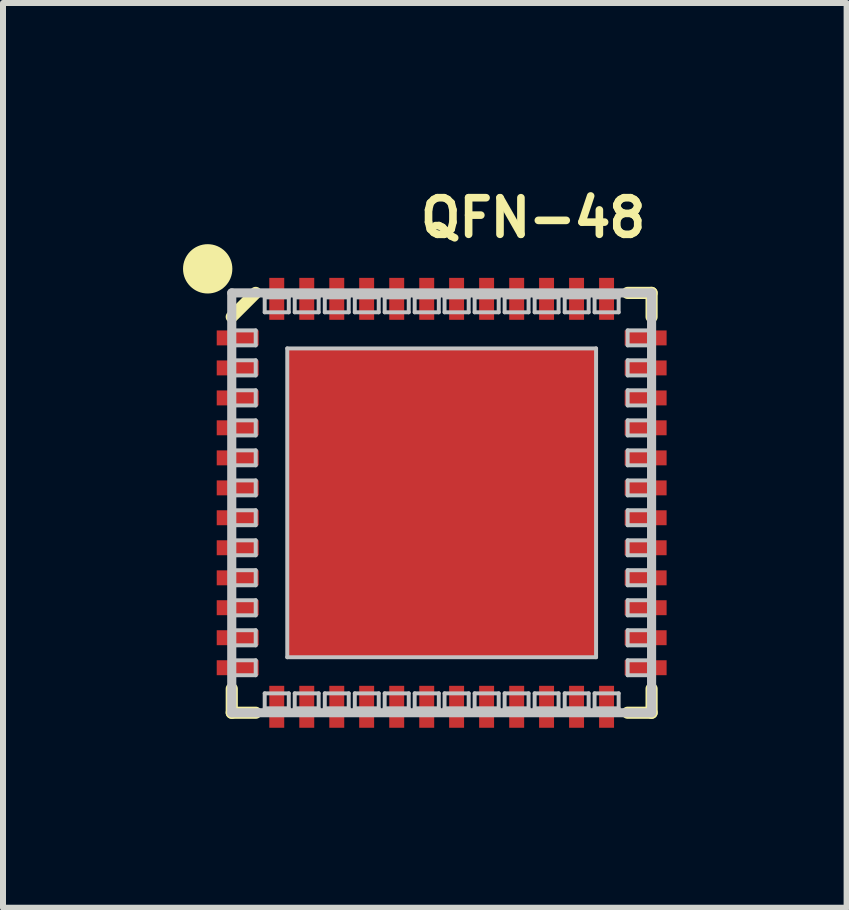
<source format=kicad_pcb>
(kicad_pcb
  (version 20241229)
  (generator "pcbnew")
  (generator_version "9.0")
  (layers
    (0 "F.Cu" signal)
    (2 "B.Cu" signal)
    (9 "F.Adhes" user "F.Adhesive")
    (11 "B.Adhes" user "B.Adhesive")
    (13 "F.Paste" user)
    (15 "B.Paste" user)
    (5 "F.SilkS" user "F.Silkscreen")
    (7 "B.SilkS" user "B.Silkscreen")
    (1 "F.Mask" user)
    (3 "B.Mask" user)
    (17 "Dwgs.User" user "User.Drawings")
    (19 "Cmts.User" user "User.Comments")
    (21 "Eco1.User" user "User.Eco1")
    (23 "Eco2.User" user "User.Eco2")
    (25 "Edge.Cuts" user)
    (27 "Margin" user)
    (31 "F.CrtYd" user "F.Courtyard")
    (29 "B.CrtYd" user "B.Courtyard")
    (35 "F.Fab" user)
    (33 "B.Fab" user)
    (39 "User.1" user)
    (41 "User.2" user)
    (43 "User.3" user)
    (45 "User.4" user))
  (footprint "QFN-48"
    (layer "F.Cu")
    (at 4.31 5.329)
    (property "Reference" "QFN-48" (at 1.524 -4.75 0) (layer "F.SilkS") (effects (font (size 0.61 0.61) (thickness 0.127))))
    (attr smd)
    (fp_line (start -3.498 -3.099) (end -3.099 -3.498) (stroke (width 0.203) (type solid)) (layer "F.SilkS"))
    (fp_line (start -3.498 3.498) (end -3.498 3.099) (stroke (width 0.203) (type solid)) (layer "F.SilkS"))
    (fp_line (start -3.099 3.498) (end -3.498 3.498) (stroke (width 0.203) (type solid)) (layer "F.SilkS"))
    (fp_line (start 3.099 -3.498) (end 3.498 -3.498) (stroke (width 0.203) (type solid)) (layer "F.SilkS"))
    (fp_line (start 3.498 -3.498) (end 3.498 -3.099) (stroke (width 0.203) (type solid)) (layer "F.SilkS"))
    (fp_line (start 3.498 3.099) (end 3.498 3.498) (stroke (width 0.203) (type solid)) (layer "F.SilkS"))
    (fp_line (start 3.498 3.498) (end 3.099 3.498) (stroke (width 0.203) (type solid)) (layer "F.SilkS"))
    (fp_circle (center -3.899 -3.899) (end -3.899 -4.31) (stroke (width 0) (type solid)) (fill yes) (layer "F.SilkS"))
    (fp_line (start -3.498 -3.498) (end -3.498 3.498) (stroke (width 0.152) (type solid)) (layer "Dwgs.User"))
    (fp_line (start -3.498 -2.873) (end -3.099 -2.873) (stroke (width 0.066) (type solid)) (layer "Dwgs.User"))
    (fp_line (start -3.498 -2.624) (end -3.498 -2.873) (stroke (width 0.066) (type solid)) (layer "Dwgs.User"))
    (fp_line (start -3.498 -2.624) (end -3.099 -2.624) (stroke (width 0.066) (type solid)) (layer "Dwgs.User"))
    (fp_line (start -3.498 -2.375) (end -3.099 -2.375) (stroke (width 0.066) (type solid)) (layer "Dwgs.User"))
    (fp_line (start -3.498 -2.123) (end -3.498 -2.375) (stroke (width 0.066) (type solid)) (layer "Dwgs.User"))
    (fp_line (start -3.498 -2.123) (end -3.099 -2.123) (stroke (width 0.066) (type solid)) (layer "Dwgs.User"))
    (fp_line (start -3.498 -1.875) (end -3.099 -1.875) (stroke (width 0.066) (type solid)) (layer "Dwgs.User"))
    (fp_line (start -3.498 -1.623) (end -3.498 -1.875) (stroke (width 0.066) (type solid)) (layer "Dwgs.User"))
    (fp_line (start -3.498 -1.623) (end -3.099 -1.623) (stroke (width 0.066) (type solid)) (layer "Dwgs.User"))
    (fp_line (start -3.498 -1.374) (end -3.099 -1.374) (stroke (width 0.066) (type solid)) (layer "Dwgs.User"))
    (fp_line (start -3.498 -1.123) (end -3.498 -1.374) (stroke (width 0.066) (type solid)) (layer "Dwgs.User"))
    (fp_line (start -3.498 -1.123) (end -3.099 -1.123) (stroke (width 0.066) (type solid)) (layer "Dwgs.User"))
    (fp_line (start -3.498 -0.874) (end -3.099 -0.874) (stroke (width 0.066) (type solid)) (layer "Dwgs.User"))
    (fp_line (start -3.498 -0.625) (end -3.498 -0.874) (stroke (width 0.066) (type solid)) (layer "Dwgs.User"))
    (fp_line (start -3.498 -0.625) (end -3.099 -0.625) (stroke (width 0.066) (type solid)) (layer "Dwgs.User"))
    (fp_line (start -3.498 -0.373) (end -3.099 -0.373) (stroke (width 0.066) (type solid)) (layer "Dwgs.User"))
    (fp_line (start -3.498 -0.124) (end -3.498 -0.373) (stroke (width 0.066) (type solid)) (layer "Dwgs.User"))
    (fp_line (start -3.498 -0.124) (end -3.099 -0.124) (stroke (width 0.066) (type solid)) (layer "Dwgs.User"))
    (fp_line (start -3.498 0.124) (end -3.099 0.124) (stroke (width 0.066) (type solid)) (layer "Dwgs.User"))
    (fp_line (start -3.498 0.373) (end -3.498 0.124) (stroke (width 0.066) (type solid)) (layer "Dwgs.User"))
    (fp_line (start -3.498 0.373) (end -3.099 0.373) (stroke (width 0.066) (type solid)) (layer "Dwgs.User"))
    (fp_line (start -3.498 0.625) (end -3.099 0.625) (stroke (width 0.066) (type solid)) (layer "Dwgs.User"))
    (fp_line (start -3.498 0.874) (end -3.498 0.625) (stroke (width 0.066) (type solid)) (layer "Dwgs.User"))
    (fp_line (start -3.498 0.874) (end -3.099 0.874) (stroke (width 0.066) (type solid)) (layer "Dwgs.User"))
    (fp_line (start -3.498 1.123) (end -3.099 1.123) (stroke (width 0.066) (type solid)) (layer "Dwgs.User"))
    (fp_line (start -3.498 1.374) (end -3.498 1.123) (stroke (width 0.066) (type solid)) (layer "Dwgs.User"))
    (fp_line (start -3.498 1.374) (end -3.099 1.374) (stroke (width 0.066) (type solid)) (layer "Dwgs.User"))
    (fp_line (start -3.498 1.623) (end -3.099 1.623) (stroke (width 0.066) (type solid)) (layer "Dwgs.User"))
    (fp_line (start -3.498 1.875) (end -3.498 1.623) (stroke (width 0.066) (type solid)) (layer "Dwgs.User"))
    (fp_line (start -3.498 1.875) (end -3.099 1.875) (stroke (width 0.066) (type solid)) (layer "Dwgs.User"))
    (fp_line (start -3.498 2.123) (end -3.099 2.123) (stroke (width 0.066) (type solid)) (layer "Dwgs.User"))
    (fp_line (start -3.498 2.375) (end -3.498 2.123) (stroke (width 0.066) (type solid)) (layer "Dwgs.User"))
    (fp_line (start -3.498 2.375) (end -3.099 2.375) (stroke (width 0.066) (type solid)) (layer "Dwgs.User"))
    (fp_line (start -3.498 2.624) (end -3.099 2.624) (stroke (width 0.066) (type solid)) (layer "Dwgs.User"))
    (fp_line (start -3.498 2.873) (end -3.498 2.624) (stroke (width 0.066) (type solid)) (layer "Dwgs.User"))
    (fp_line (start -3.498 2.873) (end -3.099 2.873) (stroke (width 0.066) (type solid)) (layer "Dwgs.User"))
    (fp_line (start -3.498 3.498) (end 3.498 3.498) (stroke (width 0.152) (type solid)) (layer "Dwgs.User"))
    (fp_line (start -3.099 -2.624) (end -3.099 -2.873) (stroke (width 0.066) (type solid)) (layer "Dwgs.User"))
    (fp_line (start -3.099 -2.123) (end -3.099 -2.375) (stroke (width 0.066) (type solid)) (layer "Dwgs.User"))
    (fp_line (start -3.099 -1.623) (end -3.099 -1.875) (stroke (width 0.066) (type solid)) (layer "Dwgs.User"))
    (fp_line (start -3.099 -1.123) (end -3.099 -1.374) (stroke (width 0.066) (type solid)) (layer "Dwgs.User"))
    (fp_line (start -3.099 -0.625) (end -3.099 -0.874) (stroke (width 0.066) (type solid)) (layer "Dwgs.User"))
    (fp_line (start -3.099 -0.124) (end -3.099 -0.373) (stroke (width 0.066) (type solid)) (layer "Dwgs.User"))
    (fp_line (start -3.099 0.373) (end -3.099 0.124) (stroke (width 0.066) (type solid)) (layer "Dwgs.User"))
    (fp_line (start -3.099 0.874) (end -3.099 0.625) (stroke (width 0.066) (type solid)) (layer "Dwgs.User"))
    (fp_line (start -3.099 1.374) (end -3.099 1.123) (stroke (width 0.066) (type solid)) (layer "Dwgs.User"))
    (fp_line (start -3.099 1.875) (end -3.099 1.623) (stroke (width 0.066) (type solid)) (layer "Dwgs.User"))
    (fp_line (start -3.099 2.375) (end -3.099 2.123) (stroke (width 0.066) (type solid)) (layer "Dwgs.User"))
    (fp_line (start -3.099 2.873) (end -3.099 2.624) (stroke (width 0.066) (type solid)) (layer "Dwgs.User"))
    (fp_line (start -2.949 -3.424) (end -2.548 -3.424) (stroke (width 0.066) (type solid)) (layer "Dwgs.User"))
    (fp_line (start -2.949 -3.175) (end -2.949 -3.424) (stroke (width 0.066) (type solid)) (layer "Dwgs.User"))
    (fp_line (start -2.949 -3.175) (end -2.548 -3.175) (stroke (width 0.066) (type solid)) (layer "Dwgs.User"))
    (fp_line (start -2.949 3.175) (end -2.548 3.175) (stroke (width 0.066) (type solid)) (layer "Dwgs.User"))
    (fp_line (start -2.949 3.424) (end -2.949 3.175) (stroke (width 0.066) (type solid)) (layer "Dwgs.User"))
    (fp_line (start -2.949 3.424) (end -2.548 3.424) (stroke (width 0.066) (type solid)) (layer "Dwgs.User"))
    (fp_line (start -2.573 -2.573) (end 2.573 -2.573) (stroke (width 0.066) (type solid)) (layer "Dwgs.User"))
    (fp_line (start -2.573 2.573) (end -2.573 -2.573) (stroke (width 0.066) (type solid)) (layer "Dwgs.User"))
    (fp_line (start -2.573 2.573) (end 2.573 2.573) (stroke (width 0.066) (type solid)) (layer "Dwgs.User"))
    (fp_line (start -2.548 -3.175) (end -2.548 -3.424) (stroke (width 0.066) (type solid)) (layer "Dwgs.User"))
    (fp_line (start -2.548 3.424) (end -2.548 3.175) (stroke (width 0.066) (type solid)) (layer "Dwgs.User"))
    (fp_line (start -2.449 -3.424) (end -2.05 -3.424) (stroke (width 0.066) (type solid)) (layer "Dwgs.User"))
    (fp_line (start -2.449 -3.175) (end -2.449 -3.424) (stroke (width 0.066) (type solid)) (layer "Dwgs.User"))
    (fp_line (start -2.449 -3.175) (end -2.05 -3.175) (stroke (width 0.066) (type solid)) (layer "Dwgs.User"))
    (fp_line (start -2.449 3.175) (end -2.05 3.175) (stroke (width 0.066) (type solid)) (layer "Dwgs.User"))
    (fp_line (start -2.449 3.424) (end -2.449 3.175) (stroke (width 0.066) (type solid)) (layer "Dwgs.User"))
    (fp_line (start -2.449 3.424) (end -2.05 3.424) (stroke (width 0.066) (type solid)) (layer "Dwgs.User"))
    (fp_line (start -2.05 -3.175) (end -2.05 -3.424) (stroke (width 0.066) (type solid)) (layer "Dwgs.User"))
    (fp_line (start -2.05 3.424) (end -2.05 3.175) (stroke (width 0.066) (type solid)) (layer "Dwgs.User"))
    (fp_line (start -1.948 -3.424) (end -1.549 -3.424) (stroke (width 0.066) (type solid)) (layer "Dwgs.User"))
    (fp_line (start -1.948 -3.175) (end -1.948 -3.424) (stroke (width 0.066) (type solid)) (layer "Dwgs.User"))
    (fp_line (start -1.948 -3.175) (end -1.549 -3.175) (stroke (width 0.066) (type solid)) (layer "Dwgs.User"))
    (fp_line (start -1.948 3.175) (end -1.549 3.175) (stroke (width 0.066) (type solid)) (layer "Dwgs.User"))
    (fp_line (start -1.948 3.424) (end -1.948 3.175) (stroke (width 0.066) (type solid)) (layer "Dwgs.User"))
    (fp_line (start -1.948 3.424) (end -1.549 3.424) (stroke (width 0.066) (type solid)) (layer "Dwgs.User"))
    (fp_line (start -1.549 -3.175) (end -1.549 -3.424) (stroke (width 0.066) (type solid)) (layer "Dwgs.User"))
    (fp_line (start -1.549 3.424) (end -1.549 3.175) (stroke (width 0.066) (type solid)) (layer "Dwgs.User"))
    (fp_line (start -1.448 -3.424) (end -1.049 -3.424) (stroke (width 0.066) (type solid)) (layer "Dwgs.User"))
    (fp_line (start -1.448 -3.175) (end -1.448 -3.424) (stroke (width 0.066) (type solid)) (layer "Dwgs.User"))
    (fp_line (start -1.448 -3.175) (end -1.049 -3.175) (stroke (width 0.066) (type solid)) (layer "Dwgs.User"))
    (fp_line (start -1.448 3.175) (end -1.049 3.175) (stroke (width 0.066) (type solid)) (layer "Dwgs.User"))
    (fp_line (start -1.448 3.424) (end -1.448 3.175) (stroke (width 0.066) (type solid)) (layer "Dwgs.User"))
    (fp_line (start -1.448 3.424) (end -1.049 3.424) (stroke (width 0.066) (type solid)) (layer "Dwgs.User"))
    (fp_line (start -1.049 -3.175) (end -1.049 -3.424) (stroke (width 0.066) (type solid)) (layer "Dwgs.User"))
    (fp_line (start -1.049 3.424) (end -1.049 3.175) (stroke (width 0.066) (type solid)) (layer "Dwgs.User"))
    (fp_line (start -0.95 -3.424) (end -0.549 -3.424) (stroke (width 0.066) (type solid)) (layer "Dwgs.User"))
    (fp_line (start -0.95 -3.175) (end -0.95 -3.424) (stroke (width 0.066) (type solid)) (layer "Dwgs.User"))
    (fp_line (start -0.95 -3.175) (end -0.549 -3.175) (stroke (width 0.066) (type solid)) (layer "Dwgs.User"))
    (fp_line (start -0.95 3.175) (end -0.549 3.175) (stroke (width 0.066) (type solid)) (layer "Dwgs.User"))
    (fp_line (start -0.95 3.424) (end -0.95 3.175) (stroke (width 0.066) (type solid)) (layer "Dwgs.User"))
    (fp_line (start -0.95 3.424) (end -0.549 3.424) (stroke (width 0.066) (type solid)) (layer "Dwgs.User"))
    (fp_line (start -0.549 -3.175) (end -0.549 -3.424) (stroke (width 0.066) (type solid)) (layer "Dwgs.User"))
    (fp_line (start -0.549 3.424) (end -0.549 3.175) (stroke (width 0.066) (type solid)) (layer "Dwgs.User"))
    (fp_line (start -0.45 -3.424) (end -0.048 -3.424) (stroke (width 0.066) (type solid)) (layer "Dwgs.User"))
    (fp_line (start -0.45 -3.175) (end -0.45 -3.424) (stroke (width 0.066) (type solid)) (layer "Dwgs.User"))
    (fp_line (start -0.45 -3.175) (end -0.048 -3.175) (stroke (width 0.066) (type solid)) (layer "Dwgs.User"))
    (fp_line (start -0.45 3.175) (end -0.048 3.175) (stroke (width 0.066) (type solid)) (layer "Dwgs.User"))
    (fp_line (start -0.45 3.424) (end -0.45 3.175) (stroke (width 0.066) (type solid)) (layer "Dwgs.User"))
    (fp_line (start -0.45 3.424) (end -0.048 3.424) (stroke (width 0.066) (type solid)) (layer "Dwgs.User"))
    (fp_line (start -0.048 -3.175) (end -0.048 -3.424) (stroke (width 0.066) (type solid)) (layer "Dwgs.User"))
    (fp_line (start -0.048 3.424) (end -0.048 3.175) (stroke (width 0.066) (type solid)) (layer "Dwgs.User"))
    (fp_line (start 0.048 -3.424) (end 0.45 -3.424) (stroke (width 0.066) (type solid)) (layer "Dwgs.User"))
    (fp_line (start 0.048 -3.175) (end 0.048 -3.424) (stroke (width 0.066) (type solid)) (layer "Dwgs.User"))
    (fp_line (start 0.048 -3.175) (end 0.45 -3.175) (stroke (width 0.066) (type solid)) (layer "Dwgs.User"))
    (fp_line (start 0.048 3.175) (end 0.45 3.175) (stroke (width 0.066) (type solid)) (layer "Dwgs.User"))
    (fp_line (start 0.048 3.424) (end 0.048 3.175) (stroke (width 0.066) (type solid)) (layer "Dwgs.User"))
    (fp_line (start 0.048 3.424) (end 0.45 3.424) (stroke (width 0.066) (type solid)) (layer "Dwgs.User"))
    (fp_line (start 0.45 -3.175) (end 0.45 -3.424) (stroke (width 0.066) (type solid)) (layer "Dwgs.User"))
    (fp_line (start 0.45 3.424) (end 0.45 3.175) (stroke (width 0.066) (type solid)) (layer "Dwgs.User"))
    (fp_line (start 0.549 -3.424) (end 0.95 -3.424) (stroke (width 0.066) (type solid)) (layer "Dwgs.User"))
    (fp_line (start 0.549 -3.175) (end 0.549 -3.424) (stroke (width 0.066) (type solid)) (layer "Dwgs.User"))
    (fp_line (start 0.549 -3.175) (end 0.95 -3.175) (stroke (width 0.066) (type solid)) (layer "Dwgs.User"))
    (fp_line (start 0.549 3.175) (end 0.95 3.175) (stroke (width 0.066) (type solid)) (layer "Dwgs.User"))
    (fp_line (start 0.549 3.424) (end 0.549 3.175) (stroke (width 0.066) (type solid)) (layer "Dwgs.User"))
    (fp_line (start 0.549 3.424) (end 0.95 3.424) (stroke (width 0.066) (type solid)) (layer "Dwgs.User"))
    (fp_line (start 0.95 -3.175) (end 0.95 -3.424) (stroke (width 0.066) (type solid)) (layer "Dwgs.User"))
    (fp_line (start 0.95 3.424) (end 0.95 3.175) (stroke (width 0.066) (type solid)) (layer "Dwgs.User"))
    (fp_line (start 1.049 -3.424) (end 1.448 -3.424) (stroke (width 0.066) (type solid)) (layer "Dwgs.User"))
    (fp_line (start 1.049 -3.175) (end 1.049 -3.424) (stroke (width 0.066) (type solid)) (layer "Dwgs.User"))
    (fp_line (start 1.049 -3.175) (end 1.448 -3.175) (stroke (width 0.066) (type solid)) (layer "Dwgs.User"))
    (fp_line (start 1.049 3.175) (end 1.448 3.175) (stroke (width 0.066) (type solid)) (layer "Dwgs.User"))
    (fp_line (start 1.049 3.424) (end 1.049 3.175) (stroke (width 0.066) (type solid)) (layer "Dwgs.User"))
    (fp_line (start 1.049 3.424) (end 1.448 3.424) (stroke (width 0.066) (type solid)) (layer "Dwgs.User"))
    (fp_line (start 1.448 -3.175) (end 1.448 -3.424) (stroke (width 0.066) (type solid)) (layer "Dwgs.User"))
    (fp_line (start 1.448 3.424) (end 1.448 3.175) (stroke (width 0.066) (type solid)) (layer "Dwgs.User"))
    (fp_line (start 1.549 -3.424) (end 1.948 -3.424) (stroke (width 0.066) (type solid)) (layer "Dwgs.User"))
    (fp_line (start 1.549 -3.175) (end 1.549 -3.424) (stroke (width 0.066) (type solid)) (layer "Dwgs.User"))
    (fp_line (start 1.549 -3.175) (end 1.948 -3.175) (stroke (width 0.066) (type solid)) (layer "Dwgs.User"))
    (fp_line (start 1.549 3.175) (end 1.948 3.175) (stroke (width 0.066) (type solid)) (layer "Dwgs.User"))
    (fp_line (start 1.549 3.424) (end 1.549 3.175) (stroke (width 0.066) (type solid)) (layer "Dwgs.User"))
    (fp_line (start 1.549 3.424) (end 1.948 3.424) (stroke (width 0.066) (type solid)) (layer "Dwgs.User"))
    (fp_line (start 1.948 -3.175) (end 1.948 -3.424) (stroke (width 0.066) (type solid)) (layer "Dwgs.User"))
    (fp_line (start 1.948 3.424) (end 1.948 3.175) (stroke (width 0.066) (type solid)) (layer "Dwgs.User"))
    (fp_line (start 2.05 -3.424) (end 2.449 -3.424) (stroke (width 0.066) (type solid)) (layer "Dwgs.User"))
    (fp_line (start 2.05 -3.175) (end 2.05 -3.424) (stroke (width 0.066) (type solid)) (layer "Dwgs.User"))
    (fp_line (start 2.05 -3.175) (end 2.449 -3.175) (stroke (width 0.066) (type solid)) (layer "Dwgs.User"))
    (fp_line (start 2.05 3.175) (end 2.449 3.175) (stroke (width 0.066) (type solid)) (layer "Dwgs.User"))
    (fp_line (start 2.05 3.424) (end 2.05 3.175) (stroke (width 0.066) (type solid)) (layer "Dwgs.User"))
    (fp_line (start 2.05 3.424) (end 2.449 3.424) (stroke (width 0.066) (type solid)) (layer "Dwgs.User"))
    (fp_line (start 2.449 -3.175) (end 2.449 -3.424) (stroke (width 0.066) (type solid)) (layer "Dwgs.User"))
    (fp_line (start 2.449 3.424) (end 2.449 3.175) (stroke (width 0.066) (type solid)) (layer "Dwgs.User"))
    (fp_line (start 2.548 -3.424) (end 2.949 -3.424) (stroke (width 0.066) (type solid)) (layer "Dwgs.User"))
    (fp_line (start 2.548 -3.175) (end 2.548 -3.424) (stroke (width 0.066) (type solid)) (layer "Dwgs.User"))
    (fp_line (start 2.548 -3.175) (end 2.949 -3.175) (stroke (width 0.066) (type solid)) (layer "Dwgs.User"))
    (fp_line (start 2.548 3.175) (end 2.949 3.175) (stroke (width 0.066) (type solid)) (layer "Dwgs.User"))
    (fp_line (start 2.548 3.424) (end 2.548 3.175) (stroke (width 0.066) (type solid)) (layer "Dwgs.User"))
    (fp_line (start 2.548 3.424) (end 2.949 3.424) (stroke (width 0.066) (type solid)) (layer "Dwgs.User"))
    (fp_line (start 2.573 2.573) (end 2.573 -2.573) (stroke (width 0.066) (type solid)) (layer "Dwgs.User"))
    (fp_line (start 2.949 -3.175) (end 2.949 -3.424) (stroke (width 0.066) (type solid)) (layer "Dwgs.User"))
    (fp_line (start 2.949 3.424) (end 2.949 3.175) (stroke (width 0.066) (type solid)) (layer "Dwgs.User"))
    (fp_line (start 3.099 -2.873) (end 3.498 -2.873) (stroke (width 0.066) (type solid)) (layer "Dwgs.User"))
    (fp_line (start 3.099 -2.624) (end 3.099 -2.873) (stroke (width 0.066) (type solid)) (layer "Dwgs.User"))
    (fp_line (start 3.099 -2.624) (end 3.498 -2.624) (stroke (width 0.066) (type solid)) (layer "Dwgs.User"))
    (fp_line (start 3.099 -2.375) (end 3.498 -2.375) (stroke (width 0.066) (type solid)) (layer "Dwgs.User"))
    (fp_line (start 3.099 -2.123) (end 3.099 -2.375) (stroke (width 0.066) (type solid)) (layer "Dwgs.User"))
    (fp_line (start 3.099 -2.123) (end 3.498 -2.123) (stroke (width 0.066) (type solid)) (layer "Dwgs.User"))
    (fp_line (start 3.099 -1.875) (end 3.498 -1.875) (stroke (width 0.066) (type solid)) (layer "Dwgs.User"))
    (fp_line (start 3.099 -1.623) (end 3.099 -1.875) (stroke (width 0.066) (type solid)) (layer "Dwgs.User"))
    (fp_line (start 3.099 -1.623) (end 3.498 -1.623) (stroke (width 0.066) (type solid)) (layer "Dwgs.User"))
    (fp_line (start 3.099 -1.374) (end 3.498 -1.374) (stroke (width 0.066) (type solid)) (layer "Dwgs.User"))
    (fp_line (start 3.099 -1.123) (end 3.099 -1.374) (stroke (width 0.066) (type solid)) (layer "Dwgs.User"))
    (fp_line (start 3.099 -1.123) (end 3.498 -1.123) (stroke (width 0.066) (type solid)) (layer "Dwgs.User"))
    (fp_line (start 3.099 -0.874) (end 3.498 -0.874) (stroke (width 0.066) (type solid)) (layer "Dwgs.User"))
    (fp_line (start 3.099 -0.625) (end 3.099 -0.874) (stroke (width 0.066) (type solid)) (layer "Dwgs.User"))
    (fp_line (start 3.099 -0.625) (end 3.498 -0.625) (stroke (width 0.066) (type solid)) (layer "Dwgs.User"))
    (fp_line (start 3.099 -0.373) (end 3.498 -0.373) (stroke (width 0.066) (type solid)) (layer "Dwgs.User"))
    (fp_line (start 3.099 -0.124) (end 3.099 -0.373) (stroke (width 0.066) (type solid)) (layer "Dwgs.User"))
    (fp_line (start 3.099 -0.124) (end 3.498 -0.124) (stroke (width 0.066) (type solid)) (layer "Dwgs.User"))
    (fp_line (start 3.099 0.124) (end 3.498 0.124) (stroke (width 0.066) (type solid)) (layer "Dwgs.User"))
    (fp_line (start 3.099 0.373) (end 3.099 0.124) (stroke (width 0.066) (type solid)) (layer "Dwgs.User"))
    (fp_line (start 3.099 0.373) (end 3.498 0.373) (stroke (width 0.066) (type solid)) (layer "Dwgs.User"))
    (fp_line (start 3.099 0.625) (end 3.498 0.625) (stroke (width 0.066) (type solid)) (layer "Dwgs.User"))
    (fp_line (start 3.099 0.874) (end 3.099 0.625) (stroke (width 0.066) (type solid)) (layer "Dwgs.User"))
    (fp_line (start 3.099 0.874) (end 3.498 0.874) (stroke (width 0.066) (type solid)) (layer "Dwgs.User"))
    (fp_line (start 3.099 1.123) (end 3.498 1.123) (stroke (width 0.066) (type solid)) (layer "Dwgs.User"))
    (fp_line (start 3.099 1.374) (end 3.099 1.123) (stroke (width 0.066) (type solid)) (layer "Dwgs.User"))
    (fp_line (start 3.099 1.374) (end 3.498 1.374) (stroke (width 0.066) (type solid)) (layer "Dwgs.User"))
    (fp_line (start 3.099 1.623) (end 3.498 1.623) (stroke (width 0.066) (type solid)) (layer "Dwgs.User"))
    (fp_line (start 3.099 1.875) (end 3.099 1.623) (stroke (width 0.066) (type solid)) (layer "Dwgs.User"))
    (fp_line (start 3.099 1.875) (end 3.498 1.875) (stroke (width 0.066) (type solid)) (layer "Dwgs.User"))
    (fp_line (start 3.099 2.123) (end 3.498 2.123) (stroke (width 0.066) (type solid)) (layer "Dwgs.User"))
    (fp_line (start 3.099 2.375) (end 3.099 2.123) (stroke (width 0.066) (type solid)) (layer "Dwgs.User"))
    (fp_line (start 3.099 2.375) (end 3.498 2.375) (stroke (width 0.066) (type solid)) (layer "Dwgs.User"))
    (fp_line (start 3.099 2.624) (end 3.498 2.624) (stroke (width 0.066) (type solid)) (layer "Dwgs.User"))
    (fp_line (start 3.099 2.873) (end 3.099 2.624) (stroke (width 0.066) (type solid)) (layer "Dwgs.User"))
    (fp_line (start 3.099 2.873) (end 3.498 2.873) (stroke (width 0.066) (type solid)) (layer "Dwgs.User"))
    (fp_line (start 3.498 -3.498) (end -3.498 -3.498) (stroke (width 0.152) (type solid)) (layer "Dwgs.User"))
    (fp_line (start 3.498 -2.624) (end 3.498 -2.873) (stroke (width 0.066) (type solid)) (layer "Dwgs.User"))
    (fp_line (start 3.498 -2.123) (end 3.498 -2.375) (stroke (width 0.066) (type solid)) (layer "Dwgs.User"))
    (fp_line (start 3.498 -1.623) (end 3.498 -1.875) (stroke (width 0.066) (type solid)) (layer "Dwgs.User"))
    (fp_line (start 3.498 -1.123) (end 3.498 -1.374) (stroke (width 0.066) (type solid)) (layer "Dwgs.User"))
    (fp_line (start 3.498 -0.625) (end 3.498 -0.874) (stroke (width 0.066) (type solid)) (layer "Dwgs.User"))
    (fp_line (start 3.498 -0.124) (end 3.498 -0.373) (stroke (width 0.066) (type solid)) (layer "Dwgs.User"))
    (fp_line (start 3.498 0.373) (end 3.498 0.124) (stroke (width 0.066) (type solid)) (layer "Dwgs.User"))
    (fp_line (start 3.498 0.874) (end 3.498 0.625) (stroke (width 0.066) (type solid)) (layer "Dwgs.User"))
    (fp_line (start 3.498 1.374) (end 3.498 1.123) (stroke (width 0.066) (type solid)) (layer "Dwgs.User"))
    (fp_line (start 3.498 1.875) (end 3.498 1.623) (stroke (width 0.066) (type solid)) (layer "Dwgs.User"))
    (fp_line (start 3.498 2.375) (end 3.498 2.123) (stroke (width 0.066) (type solid)) (layer "Dwgs.User"))
    (fp_line (start 3.498 2.873) (end 3.498 2.624) (stroke (width 0.066) (type solid)) (layer "Dwgs.User"))
    (fp_line (start 3.498 3.498) (end 3.498 -3.498) (stroke (width 0.152) (type solid)) (layer "Dwgs.User"))
    (pad "1" smd rect (at -3.399 -2.748) (size 0.699 0.249) (layers "F.Cu" "F.Mask" "F.Paste"))
    (pad "2" smd rect (at -3.399 -2.248) (size 0.699 0.249) (layers "F.Cu" "F.Mask" "F.Paste"))
    (pad "3" smd rect (at -3.399 -1.748) (size 0.699 0.249) (layers "F.Cu" "F.Mask" "F.Paste"))
    (pad "4" smd rect (at -3.399 -1.25) (size 0.699 0.249) (layers "F.Cu" "F.Mask" "F.Paste"))
    (pad "5" smd rect (at -3.399 -0.749) (size 0.699 0.249) (layers "F.Cu" "F.Mask" "F.Paste"))
    (pad "6" smd rect (at -3.399 -0.249) (size 0.699 0.249) (layers "F.Cu" "F.Mask" "F.Paste"))
    (pad "7" smd rect (at -3.399 0.249) (size 0.699 0.249) (layers "F.Cu" "F.Mask" "F.Paste"))
    (pad "8" smd rect (at -3.399 0.749) (size 0.699 0.249) (layers "F.Cu" "F.Mask" "F.Paste"))
    (pad "9" smd rect (at -3.399 1.25) (size 0.699 0.249) (layers "F.Cu" "F.Mask" "F.Paste"))
    (pad "10" smd rect (at -3.399 1.748) (size 0.699 0.249) (layers "F.Cu" "F.Mask" "F.Paste"))
    (pad "11" smd rect (at -3.399 2.248) (size 0.699 0.249) (layers "F.Cu" "F.Mask" "F.Paste"))
    (pad "12" smd rect (at -3.399 2.748) (size 0.699 0.249) (layers "F.Cu" "F.Mask" "F.Paste"))
    (pad "13" smd rect (at -2.748 3.399 90) (size 0.699 0.249) (layers "F.Cu" "F.Mask" "F.Paste"))
    (pad "14" smd rect (at -2.248 3.399 90) (size 0.699 0.249) (layers "F.Cu" "F.Mask" "F.Paste"))
    (pad "15" smd rect (at -1.748 3.399 90) (size 0.699 0.249) (layers "F.Cu" "F.Mask" "F.Paste"))
    (pad "16" smd rect (at -1.25 3.399 90) (size 0.699 0.249) (layers "F.Cu" "F.Mask" "F.Paste"))
    (pad "17" smd rect (at -0.749 3.399 90) (size 0.699 0.249) (layers "F.Cu" "F.Mask" "F.Paste"))
    (pad "18" smd rect (at -0.249 3.399 90) (size 0.699 0.249) (layers "F.Cu" "F.Mask" "F.Paste"))
    (pad "19" smd rect (at 0.249 3.399 90) (size 0.699 0.249) (layers "F.Cu" "F.Mask" "F.Paste"))
    (pad "20" smd rect (at 0.749 3.399 90) (size 0.699 0.249) (layers "F.Cu" "F.Mask" "F.Paste"))
    (pad "21" smd rect (at 1.25 3.399 90) (size 0.699 0.249) (layers "F.Cu" "F.Mask" "F.Paste"))
    (pad "22" smd rect (at 1.748 3.399 90) (size 0.699 0.249) (layers "F.Cu" "F.Mask" "F.Paste"))
    (pad "23" smd rect (at 2.248 3.399 90) (size 0.699 0.249) (layers "F.Cu" "F.Mask" "F.Paste"))
    (pad "24" smd rect (at 2.748 3.399 90) (size 0.699 0.249) (layers "F.Cu" "F.Mask" "F.Paste"))
    (pad "25" smd rect (at 3.399 2.748 180) (size 0.699 0.249) (layers "F.Cu" "F.Mask" "F.Paste"))
    (pad "26" smd rect (at 3.399 2.248 180) (size 0.699 0.249) (layers "F.Cu" "F.Mask" "F.Paste"))
    (pad "27" smd rect (at 3.399 1.748 180) (size 0.699 0.249) (layers "F.Cu" "F.Mask" "F.Paste"))
    (pad "28" smd rect (at 3.399 1.25 180) (size 0.699 0.249) (layers "F.Cu" "F.Mask" "F.Paste"))
    (pad "29" smd rect (at 3.399 0.749 180) (size 0.699 0.249) (layers "F.Cu" "F.Mask" "F.Paste"))
    (pad "30" smd rect (at 3.399 0.249 180) (size 0.699 0.249) (layers "F.Cu" "F.Mask" "F.Paste"))
    (pad "31" smd rect (at 3.399 -0.249 180) (size 0.699 0.249) (layers "F.Cu" "F.Mask" "F.Paste"))
    (pad "32" smd rect (at 3.399 -0.749 180) (size 0.699 0.249) (layers "F.Cu" "F.Mask" "F.Paste"))
    (pad "33" smd rect (at 3.399 -1.25 180) (size 0.699 0.249) (layers "F.Cu" "F.Mask" "F.Paste"))
    (pad "34" smd rect (at 3.399 -1.748 180) (size 0.699 0.249) (layers "F.Cu" "F.Mask" "F.Paste"))
    (pad "35" smd rect (at 3.399 -2.248 180) (size 0.699 0.249) (layers "F.Cu" "F.Mask" "F.Paste"))
    (pad "36" smd rect (at 3.399 -2.748 180) (size 0.699 0.249) (layers "F.Cu" "F.Mask" "F.Paste"))
    (pad "37" smd rect (at 2.748 -3.399 270) (size 0.699 0.249) (layers "F.Cu" "F.Mask" "F.Paste"))
    (pad "38" smd rect (at 2.248 -3.399 270) (size 0.699 0.249) (layers "F.Cu" "F.Mask" "F.Paste"))
    (pad "39" smd rect (at 1.748 -3.399 270) (size 0.699 0.249) (layers "F.Cu" "F.Mask" "F.Paste"))
    (pad "40" smd rect (at 1.25 -3.399 270) (size 0.699 0.249) (layers "F.Cu" "F.Mask" "F.Paste"))
    (pad "41" smd rect (at 0.749 -3.399 270) (size 0.699 0.249) (layers "F.Cu" "F.Mask" "F.Paste"))
    (pad "42" smd rect (at 0.249 -3.399 270) (size 0.699 0.249) (layers "F.Cu" "F.Mask" "F.Paste"))
    (pad "43" smd rect (at -0.249 -3.399 270) (size 0.699 0.249) (layers "F.Cu" "F.Mask" "F.Paste"))
    (pad "44" smd rect (at -0.749 -3.399 270) (size 0.699 0.249) (layers "F.Cu" "F.Mask" "F.Paste"))
    (pad "45" smd rect (at -1.25 -3.399 270) (size 0.699 0.249) (layers "F.Cu" "F.Mask" "F.Paste"))
    (pad "46" smd rect (at -1.748 -3.399 270) (size 0.699 0.249) (layers "F.Cu" "F.Mask" "F.Paste"))
    (pad "47" smd rect (at -2.248 -3.399 270) (size 0.699 0.249) (layers "F.Cu" "F.Mask" "F.Paste"))
    (pad "48" smd rect (at -2.748 -3.399 270) (size 0.699 0.249) (layers "F.Cu" "F.Mask" "F.Paste"))
    (pad "EP" smd rect (at 0 0) (size 5.149 5.149) (layers "F.Cu" "F.Mask" "F.Paste")))
  (gr_rect
    (start -3 -3)
    (end 11.058 12.077)
    (stroke (width 0.1) (type default))
    (fill no)
    (layer "Edge.Cuts")))
</source>
